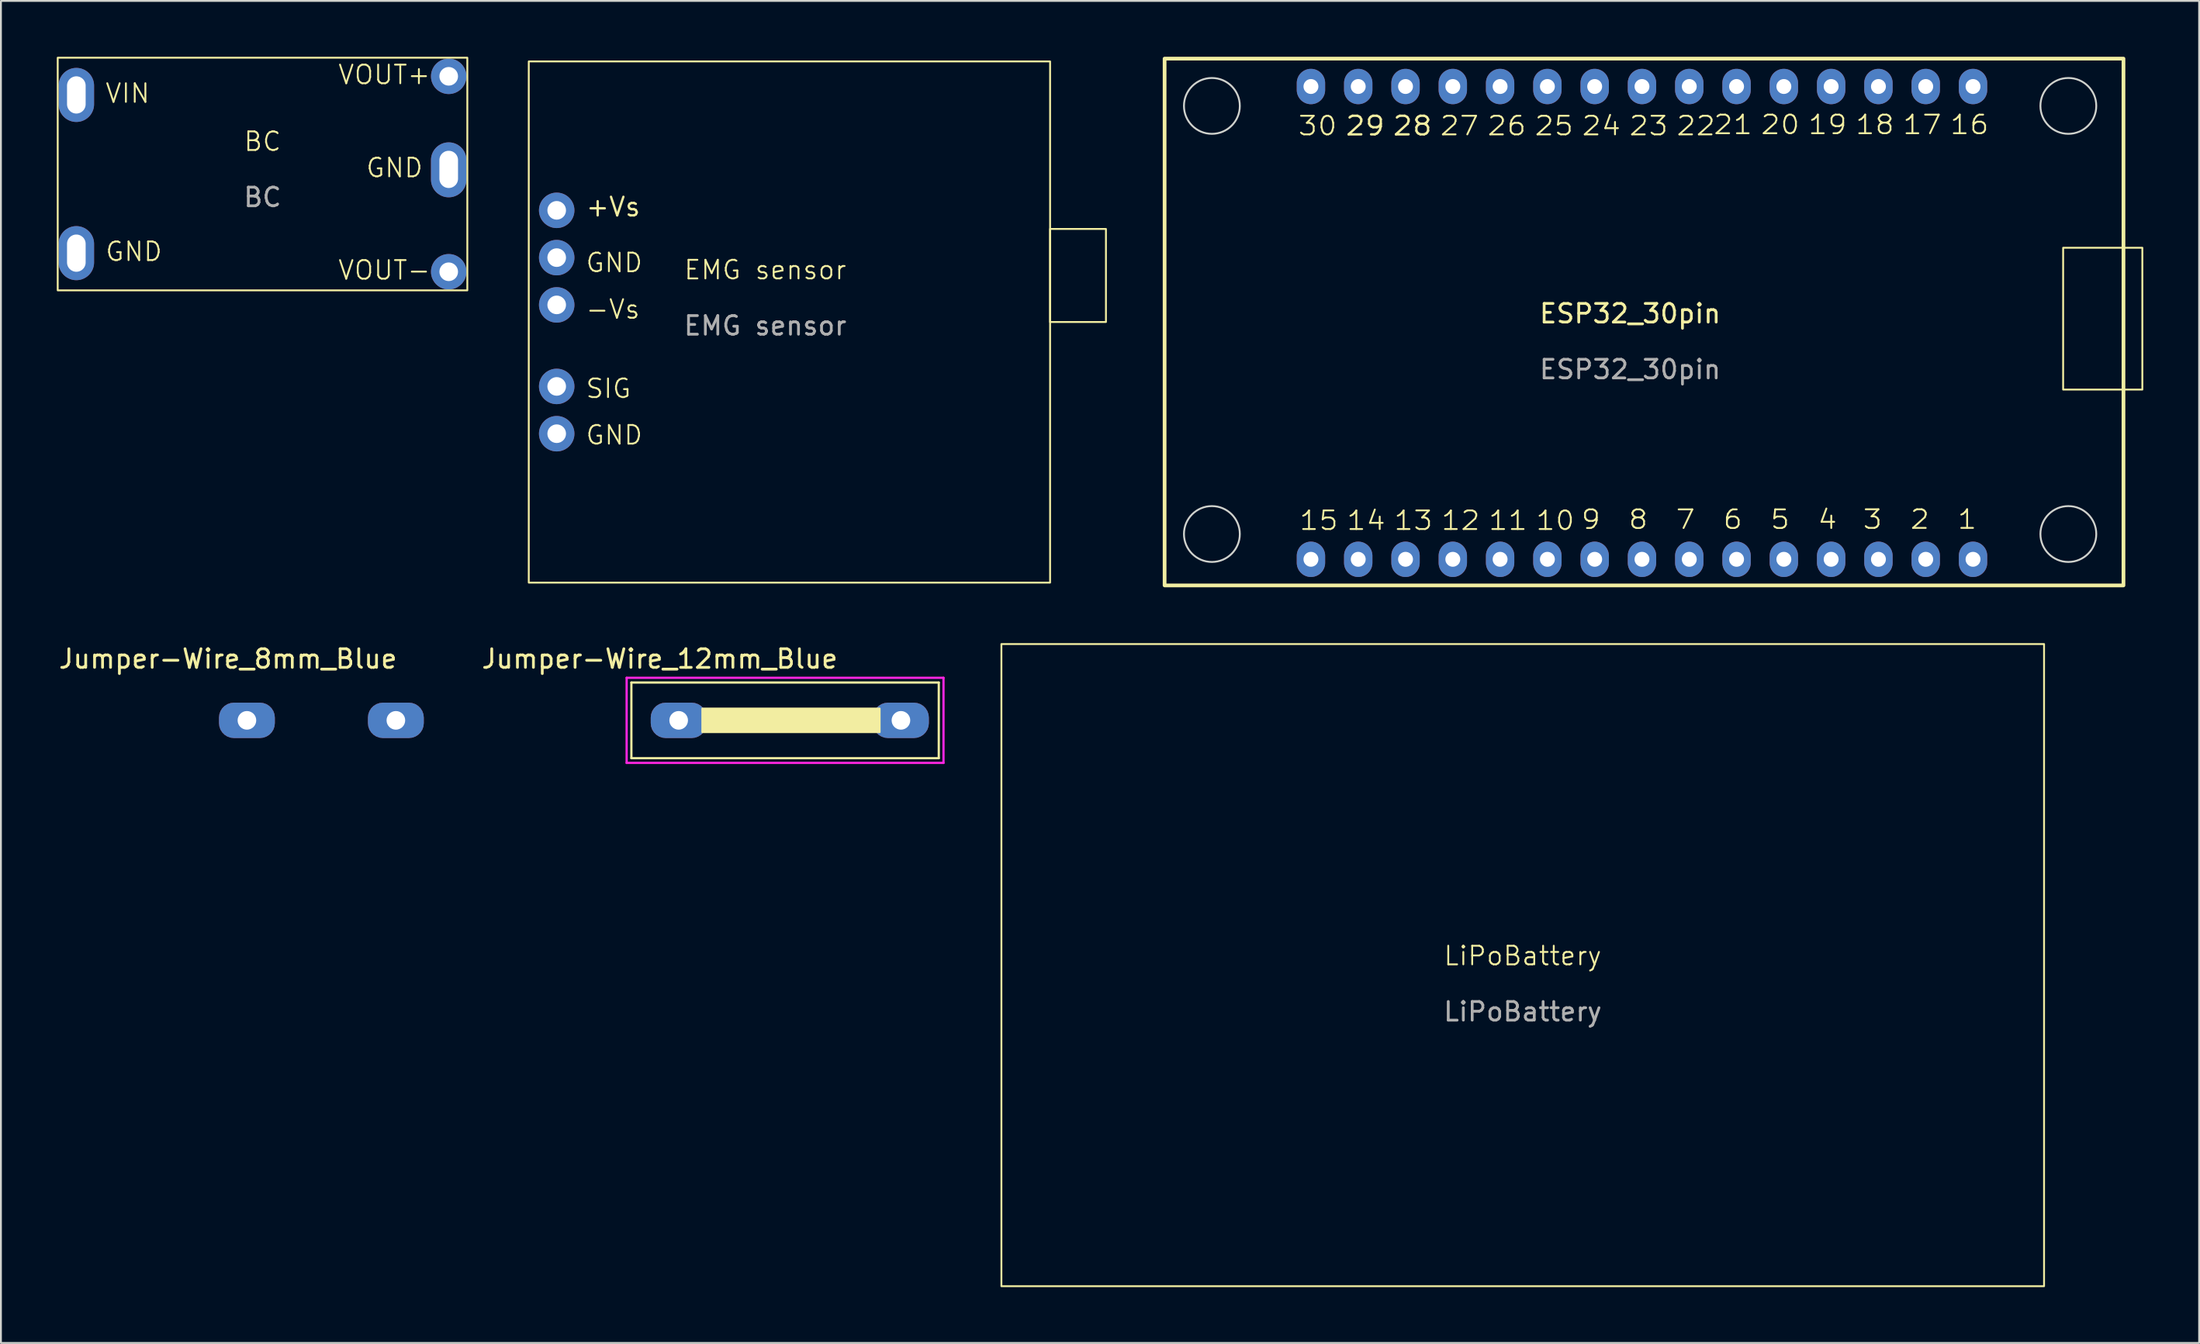
<source format=kicad_pcb>
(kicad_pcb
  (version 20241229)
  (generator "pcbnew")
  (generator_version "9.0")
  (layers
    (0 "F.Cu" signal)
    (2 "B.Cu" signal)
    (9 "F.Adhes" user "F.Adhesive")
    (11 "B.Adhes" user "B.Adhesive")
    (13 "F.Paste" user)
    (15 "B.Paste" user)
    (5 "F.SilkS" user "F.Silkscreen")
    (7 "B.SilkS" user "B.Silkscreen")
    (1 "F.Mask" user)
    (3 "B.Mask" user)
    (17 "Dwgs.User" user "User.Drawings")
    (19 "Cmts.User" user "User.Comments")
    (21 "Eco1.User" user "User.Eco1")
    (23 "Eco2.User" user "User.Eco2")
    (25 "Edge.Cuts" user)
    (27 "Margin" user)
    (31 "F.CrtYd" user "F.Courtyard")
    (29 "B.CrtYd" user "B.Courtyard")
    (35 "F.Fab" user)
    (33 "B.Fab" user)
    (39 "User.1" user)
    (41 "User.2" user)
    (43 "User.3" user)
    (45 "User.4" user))
  (footprint "LiPoBattery"
    (layer "F.Cu")
    (at 78.735 48.8)
    (property "Reference" "LiPoBattery" (at 0 -0.5 0) (unlocked yes) (layer "F.SilkS") (effects (font (size 1 1) (thickness 0.1))))
    (attr smd)
    (fp_rect (start -28 -17.25) (end 28 17.25) (stroke (width 0.1) (type solid)) (fill no) (layer "F.SilkS"))
    (fp_text user "${REFERENCE}" (at 0 2.5 0) (unlocked yes) (layer "F.Fab") (effects (font (size 1 1) (thickness 0.15)))))
  (footprint "Jumper-Wire_12mm_Blue"
    (layer "F.Cu")
    (at 33.401 35.65)
    (property "Reference" "Jumper-Wire_12mm_Blue" (at -1.016 -3.302 0) (layer "F.SilkS") (effects (font (size 1 1) (thickness 0.15))))
    (attr through_hole)
    (fp_line (start -2.54 -2.032) (end 13.97 -2.032) (stroke (width 0.12) (type solid)) (layer "F.SilkS"))
    (fp_line (start -2.54 2.032) (end -2.54 -2.032) (stroke (width 0.12) (type solid)) (layer "F.SilkS"))
    (fp_line (start 13.97 -2.032) (end 13.97 2.032) (stroke (width 0.12) (type solid)) (layer "F.SilkS"))
    (fp_line (start 13.97 2.032) (end -2.54 2.032) (stroke (width 0.12) (type solid)) (layer "F.SilkS"))
    (fp_poly (pts (xy 10.795 0.635) (xy 1.27 0.635) (xy 1.27 -0.635) (xy 10.795 -0.635)) (stroke (width 0.1) (type solid)) (fill yes) (layer "F.SilkS"))
    (fp_line (start -2.794 -2.286) (end 14.224 -2.286) (stroke (width 0.12) (type solid)) (layer "F.CrtYd"))
    (fp_line (start -2.794 2.286) (end -2.794 -2.286) (stroke (width 0.12) (type solid)) (layer "F.CrtYd"))
    (fp_line (start 14.224 -2.286) (end 14.224 2.286) (stroke (width 0.12) (type solid)) (layer "F.CrtYd"))
    (fp_line (start 14.224 2.286) (end -2.794 2.286) (stroke (width 0.12) (type solid)) (layer "F.CrtYd"))
    (pad "1" thru_hole roundrect (at 0 0) (size 3 1.9) (drill 1) (layers "B.Cu") (roundrect_rratio 0.421))
    (pad "2" thru_hole roundrect (at 11.938 0) (size 3 1.9) (drill 1) (layers "B.Cu") (roundrect_rratio 0.421)))
  (footprint "Jumper-Wire_8mm_Blue"
    (layer "F.Cu")
    (at 10.212 35.65)
    (property "Reference" "Jumper-Wire_8mm_Blue" (at -1.016 -3.302 0) (layer "F.SilkS") (effects (font (size 1 1) (thickness 0.15))))
    (attr through_hole)
    (pad "1" thru_hole roundrect (at 0 0) (size 3 1.9) (drill 1) (layers "*.Cu") (roundrect_rratio 0.421))
    (pad "2" thru_hole roundrect (at 8 0) (size 3 1.9) (drill 1) (layers "*.Cu") (roundrect_rratio 0.421)))
  (footprint "BC"
    (layer "F.Cu")
    (at 11.05 6.55)
    (property "Reference" "BC" (at 0 -2 0) (unlocked yes) (layer "F.SilkS") (effects (font (size 1 1) (thickness 0.1))))
    (attr smd)
    (fp_rect (start -11 -6.5) (end 11 6) (stroke (width 0.1) (type solid)) (fill no) (layer "F.SilkS"))
    (fp_text user "VIN" (at -8.5 -4 0) (unlocked yes) (layer "F.SilkS") (effects (font (size 1 1) (thickness 0.1)) (justify left bottom)))
    (fp_text user "VOUT-" (at 4 5.5 0) (unlocked yes) (layer "F.SilkS") (effects (font (size 1 1) (thickness 0.1)) (justify left bottom)))
    (fp_text user "VOUT+" (at 4 -5 0) (unlocked yes) (layer "F.SilkS") (effects (font (size 1 1) (thickness 0.1)) (justify left bottom)))
    (fp_text user "GND" (at -8.5 4.5 0) (unlocked yes) (layer "F.SilkS") (effects (font (size 1 1) (thickness 0.1)) (justify left bottom)))
    (fp_text user "GND" (at 5.5 0 0) (unlocked yes) (layer "F.SilkS") (effects (font (size 1 1) (thickness 0.1)) (justify left bottom)))
    (fp_text user "${REFERENCE}" (at 0 1 0) (unlocked yes) (layer "F.Fab") (effects (font (size 1 1) (thickness 0.15))))
    (pad "1" thru_hole oval (at -10 -4.5) (size 1.905 2.905) (drill oval 1 2) (layers "*.Cu" "*.Mask"))
    (pad "2" thru_hole oval (at -10 4) (size 1.905 2.905) (drill oval 1 2) (layers "*.Cu" "*.Mask"))
    (pad "3" thru_hole circle (at 10 -5.5) (size 1.905 1.905) (drill 1) (layers "*.Cu" "*.Mask"))
    (pad "4" thru_hole circle (at 10 5) (size 1.905 1.905) (drill 1) (layers "*.Cu" "*.Mask"))
    (pad "5" thru_hole oval (at 10 -0.5) (size 1.905 2.953) (drill oval 1 2 (offset 0 0.024)) (layers "*.Cu" "*.Mask")))
  (footprint "EMG sensor"
    (layer "F.Cu")
    (at 25.35 0.25)
    (property "Reference" "EMG sensor" (at 12.7 11.2 0) (unlocked yes) (layer "F.SilkS") (effects (font (size 1 1) (thickness 0.1))))
    (attr smd)
    (fp_rect (start 0 0) (end 28 28) (stroke (width 0.1) (type solid)) (fill no) (layer "F.SilkS"))
    (fp_rect (start 28 9) (end 31 14) (stroke (width 0.1) (type default)) (fill no) (layer "F.SilkS"))
    (fp_text user "SIG" (at 3 18.16 0) (unlocked yes) (layer "F.SilkS") (effects (font (size 1 1) (thickness 0.1)) (justify left bottom)))
    (fp_text user "-Vs" (at 3 13.9 0) (unlocked yes) (layer "F.SilkS") (effects (font (size 1 1) (thickness 0.1)) (justify left bottom)))
    (fp_text user "+Vs" (at 3 8.4 0) (unlocked yes) (layer "F.SilkS") (effects (font (size 1 1) (thickness 0.125)) (justify left bottom)))
    (fp_text user "GND" (at 3 11.4 0) (unlocked yes) (layer "F.SilkS") (effects (font (size 1 1) (thickness 0.1)) (justify left bottom)))
    (fp_text user "GND" (at 3 20.66 0) (unlocked yes) (layer "F.SilkS") (effects (font (size 1 1) (thickness 0.1)) (justify left bottom)))
    (fp_text user "${REFERENCE}" (at 12.7 14.2 0) (unlocked yes) (layer "F.Fab") (effects (font (size 1 1) (thickness 0.15))))
    (pad "1" thru_hole circle (at 1.5 20) (size 1.905 1.905) (drill 1) (layers "*.Cu" "*.Mask"))
    (pad "2" thru_hole circle (at 1.5 17.46) (size 1.905 1.905) (drill 1) (layers "*.Cu" "*.Mask"))
    (pad "3" thru_hole circle (at 1.5 13.08) (size 1.905 1.905) (drill 1) (layers "*.Cu" "*.Mask"))
    (pad "4" thru_hole circle (at 1.5 10.54) (size 1.905 1.905) (drill 1) (layers "*.Cu" "*.Mask"))
    (pad "5" thru_hole circle (at 1.5 8) (size 1.905 1.905) (drill 1) (layers "*.Cu" "*.Mask")))
  (footprint "ESP32_30pin"
    (layer "F.Cu")
    (at 84.9 14.07)
    (property "Reference" "ESP32_30pin" (at -0.395 -0.272 0) (unlocked yes) (layer "F.SilkS") (effects (font (size 1 1) (thickness 0.15))))
    (fp_rect (start -25.4 -13.97) (end 26.1 14.33) (stroke (width 0.2) (type default)) (fill no) (layer "F.SilkS"))
    (fp_rect (start 22.86 -3.81) (end 27.114 3.81) (stroke (width 0.1) (type default)) (fill no) (layer "F.SilkS"))
    (fp_circle (center -22.86 -11.43) (end -21.36 -11.43) (stroke (width 0.1) (type default)) (fill no) (layer "Edge.Cuts"))
    (fp_circle (center -22.86 11.57) (end -21.36 11.57) (stroke (width 0.1) (type default)) (fill no) (layer "Edge.Cuts"))
    (fp_circle (center 23.14 -11.43) (end 24.64 -11.43) (stroke (width 0.1) (type default)) (fill no) (layer "Edge.Cuts"))
    (fp_circle (center 23.14 11.57) (end 24.64 11.57) (stroke (width 0.1) (type default)) (fill no) (layer "Edge.Cuts"))
    (fp_text user "7" (at 1.987 11.374 0) (unlocked yes) (layer "F.SilkS") (effects (font (size 1 1.1) (thickness 0.1)) (justify left bottom)))
    (fp_text user "30" (at -18.296 -9.774 0) (unlocked yes) (layer "F.SilkS") (effects (font (size 1 1.1) (thickness 0.1)) (justify left bottom)))
    (fp_text user "9" (at -3.093 11.374 0) (unlocked yes) (layer "F.SilkS") (effects (font (size 1 1.1) (thickness 0.1)) (justify left bottom)))
    (fp_text user "6" (at 4.527 11.374 0) (unlocked yes) (layer "F.SilkS") (effects (font (size 1 1.1) (thickness 0.1)) (justify left bottom)))
    (fp_text user "10" (at -5.533 11.429 0) (unlocked yes) (layer "F.SilkS") (effects (font (size 1 1.1) (thickness 0.1)) (justify left bottom)))
    (fp_text user "16" (at 16.716 -9.835 0) (unlocked yes) (layer "F.SilkS") (effects (font (size 1 1.1) (thickness 0.1)) (justify left bottom)))
    (fp_text user "1" (at 17.115 11.368 0) (unlocked yes) (layer "F.SilkS") (effects (font (size 1 1.1) (thickness 0.1)) (justify left bottom)))
    (fp_text user "3" (at 12.035 11.368 0) (unlocked yes) (layer "F.SilkS") (effects (font (size 1 1.1) (thickness 0.1)) (justify left bottom)))
    (fp_text user "28" (at -13.216 -9.774 0) (unlocked yes) (layer "F.SilkS") (effects (font (size 1 1.1) (thickness 0.125)) (justify left bottom)))
    (fp_text user "18" (at 11.636 -9.835 0) (unlocked yes) (layer "F.SilkS") (effects (font (size 1 1.1) (thickness 0.1)) (justify left bottom)))
    (fp_text user "12" (at -10.613 11.429 0) (unlocked yes) (layer "F.SilkS") (effects (font (size 1 1.1) (thickness 0.1)) (justify left bottom)))
    (fp_text user "24" (at -3.056 -9.774 0) (unlocked yes) (layer "F.SilkS") (effects (font (size 1 1.1) (thickness 0.1)) (justify left bottom)))
    (fp_text user "22" (at 2.024 -9.774 0) (unlocked yes) (layer "F.SilkS") (effects (font (size 1 1.1) (thickness 0.1)) (justify left bottom)))
    (fp_text user "11" (at -8.073 11.429 0) (unlocked yes) (layer "F.SilkS") (effects (font (size 1 1.1) (thickness 0.1)) (justify left bottom)))
    (fp_text user "5" (at 7.067 11.374 0) (unlocked yes) (layer "F.SilkS") (effects (font (size 1 1.1) (thickness 0.1)) (justify left bottom)))
    (fp_text user "13" (at -13.153 11.429 0) (unlocked yes) (layer "F.SilkS") (effects (font (size 1 1.1) (thickness 0.1)) (justify left bottom)))
    (fp_text user "2" (at 14.575 11.368 0) (unlocked yes) (layer "F.SilkS") (effects (font (size 1 1.1) (thickness 0.1)) (justify left bottom)))
    (fp_text user "19" (at 9.096 -9.835 0) (unlocked yes) (layer "F.SilkS") (effects (font (size 1 1.1) (thickness 0.1)) (justify left bottom)))
    (fp_text user "15" (at -18.233 11.429 0) (unlocked yes) (layer "F.SilkS") (effects (font (size 1 1.1) (thickness 0.1)) (justify left bottom)))
    (fp_text user "23" (at -0.516 -9.774 0) (unlocked yes) (layer "F.SilkS") (effects (font (size 1 1.1) (thickness 0.1)) (justify left bottom)))
    (fp_text user "20" (at 6.556 -9.835 0) (unlocked yes) (layer "F.SilkS") (effects (font (size 1 1.1) (thickness 0.1)) (justify left bottom)))
    (fp_text user "17" (at 14.176 -9.835 0) (unlocked yes) (layer "F.SilkS") (effects (font (size 1 1.1) (thickness 0.1)) (justify left bottom)))
    (fp_text user "8" (at -0.553 11.374 0) (unlocked yes) (layer "F.SilkS") (effects (font (size 1 1.1) (thickness 0.1)) (justify left bottom)))
    (fp_text user "29" (at -15.756 -9.774 0) (unlocked yes) (layer "F.SilkS") (effects (font (size 1 1.1) (thickness 0.125)) (justify left bottom)))
    (fp_text user "14" (at -15.693 11.429 0) (unlocked yes) (layer "F.SilkS") (effects (font (size 1 1.1) (thickness 0.1)) (justify left bottom)))
    (fp_text user "27" (at -10.676 -9.774 0) (unlocked yes) (layer "F.SilkS") (effects (font (size 1 1.1) (thickness 0.1)) (justify left bottom)))
    (fp_text user "21" (at 4.016 -9.835 0) (unlocked yes) (layer "F.SilkS") (effects (font (size 1 1.1) (thickness 0.1)) (justify left bottom)))
    (fp_text user "26" (at -8.136 -9.774 0) (unlocked yes) (layer "F.SilkS") (effects (font (size 1 1.1) (thickness 0.1)) (justify left bottom)))
    (fp_text user "4" (at 9.607 11.374 0) (unlocked yes) (layer "F.SilkS") (effects (font (size 1 1.1) (thickness 0.1)) (justify left bottom)))
    (fp_text user "25" (at -5.596 -9.774 0) (unlocked yes) (layer "F.SilkS") (effects (font (size 1 1.1) (thickness 0.1)) (justify left bottom)))
    (fp_text user "${REFERENCE}" (at -0.395 2.728 0) (unlocked yes) (layer "F.Fab") (effects (font (size 1 1) (thickness 0.15))))
    (pad "1" thru_hole oval (at 18.02 12.928) (size 1.524 1.9) (drill 0.8) (layers "*.Cu" "*.Mask"))
    (pad "2" thru_hole oval (at 15.48 12.928) (size 1.524 1.9) (drill 0.8) (layers "*.Cu" "*.Mask"))
    (pad "3" thru_hole oval (at 12.94 12.928) (size 1.524 1.9) (drill 0.8) (layers "*.Cu" "*.Mask"))
    (pad "4" thru_hole oval (at 10.4 12.928) (size 1.524 1.9) (drill 0.8) (layers "*.Cu" "*.Mask"))
    (pad "5" thru_hole oval (at 7.86 12.928) (size 1.524 1.9) (drill 0.8) (layers "*.Cu" "*.Mask"))
    (pad "6" thru_hole oval (at 5.32 12.928) (size 1.524 1.9) (drill 0.8) (layers "*.Cu" "*.Mask"))
    (pad "7" thru_hole oval (at 2.78 12.928) (size 1.524 1.9) (drill 0.8) (layers "*.Cu" "*.Mask"))
    (pad "8" thru_hole oval (at 0.24 12.928) (size 1.524 1.9) (drill 0.8) (layers "*.Cu" "*.Mask"))
    (pad "9" thru_hole oval (at -2.3 12.928) (size 1.524 1.9) (drill 0.8) (layers "*.Cu" "*.Mask"))
    (pad "10" thru_hole oval (at -4.84 12.928) (size 1.524 1.9) (drill 0.8) (layers "*.Cu" "*.Mask"))
    (pad "11" thru_hole oval (at -7.38 12.928) (size 1.524 1.9) (drill 0.8) (layers "*.Cu" "*.Mask"))
    (pad "12" thru_hole oval (at -9.92 12.928) (size 1.524 1.9) (drill 0.8) (layers "*.Cu" "*.Mask"))
    (pad "13" thru_hole oval (at -12.46 12.928) (size 1.524 1.9) (drill 0.8) (layers "*.Cu" "*.Mask"))
    (pad "14" thru_hole oval (at -15 12.928) (size 1.524 1.9) (drill 0.8) (layers "*.Cu" "*.Mask"))
    (pad "15" thru_hole oval (at -17.54 12.928) (size 1.524 1.9) (drill 0.8) (layers "*.Cu" "*.Mask"))
    (pad "16" thru_hole oval (at 18.02 -12.472) (size 1.524 1.9) (drill 0.8) (layers "*.Cu" "*.Mask"))
    (pad "17" thru_hole oval (at 15.48 -12.472) (size 1.524 1.9) (drill 0.8) (layers "*.Cu" "*.Mask"))
    (pad "18" thru_hole oval (at 12.94 -12.472) (size 1.524 1.9) (drill 0.8) (layers "*.Cu" "*.Mask"))
    (pad "19" thru_hole oval (at 10.4 -12.472) (size 1.524 1.9) (drill 0.8) (layers "*.Cu" "*.Mask"))
    (pad "20" thru_hole oval (at 7.86 -12.472) (size 1.524 1.9) (drill 0.8) (layers "*.Cu" "*.Mask"))
    (pad "21" thru_hole oval (at 5.32 -12.472) (size 1.524 1.9) (drill 0.8) (layers "*.Cu" "*.Mask"))
    (pad "22" thru_hole oval (at 2.78 -12.472) (size 1.524 1.9) (drill 0.8) (layers "*.Cu" "*.Mask"))
    (pad "23" thru_hole oval (at 0.24 -12.472) (size 1.524 1.9) (drill 0.8) (layers "*.Cu" "*.Mask"))
    (pad "24" thru_hole oval (at -2.3 -12.472) (size 1.524 1.9) (drill 0.8) (layers "*.Cu" "*.Mask"))
    (pad "25" thru_hole oval (at -4.84 -12.472) (size 1.524 1.9) (drill 0.8) (layers "*.Cu" "*.Mask"))
    (pad "26" thru_hole oval (at -7.38 -12.472) (size 1.524 1.9) (drill 0.8) (layers "*.Cu" "*.Mask"))
    (pad "27" thru_hole oval (at -9.92 -12.472) (size 1.524 1.9) (drill 0.8) (layers "*.Cu" "*.Mask"))
    (pad "28" thru_hole oval (at -12.46 -12.472) (size 1.524 1.9) (drill 0.8) (layers "*.Cu" "*.Mask"))
    (pad "29" thru_hole oval (at -15 -12.472) (size 1.524 1.9) (drill 0.8) (layers "*.Cu" "*.Mask"))
    (pad "30" thru_hole oval (at -17.54 -12.472) (size 1.524 1.9) (drill 0.8) (layers "*.Cu" "*.Mask")))
  (gr_rect
    (start -3 -3)
    (end 115.064 69.1)
    (stroke (width 0.1) (type default))
    (fill no)
    (layer "Edge.Cuts")))
</source>
